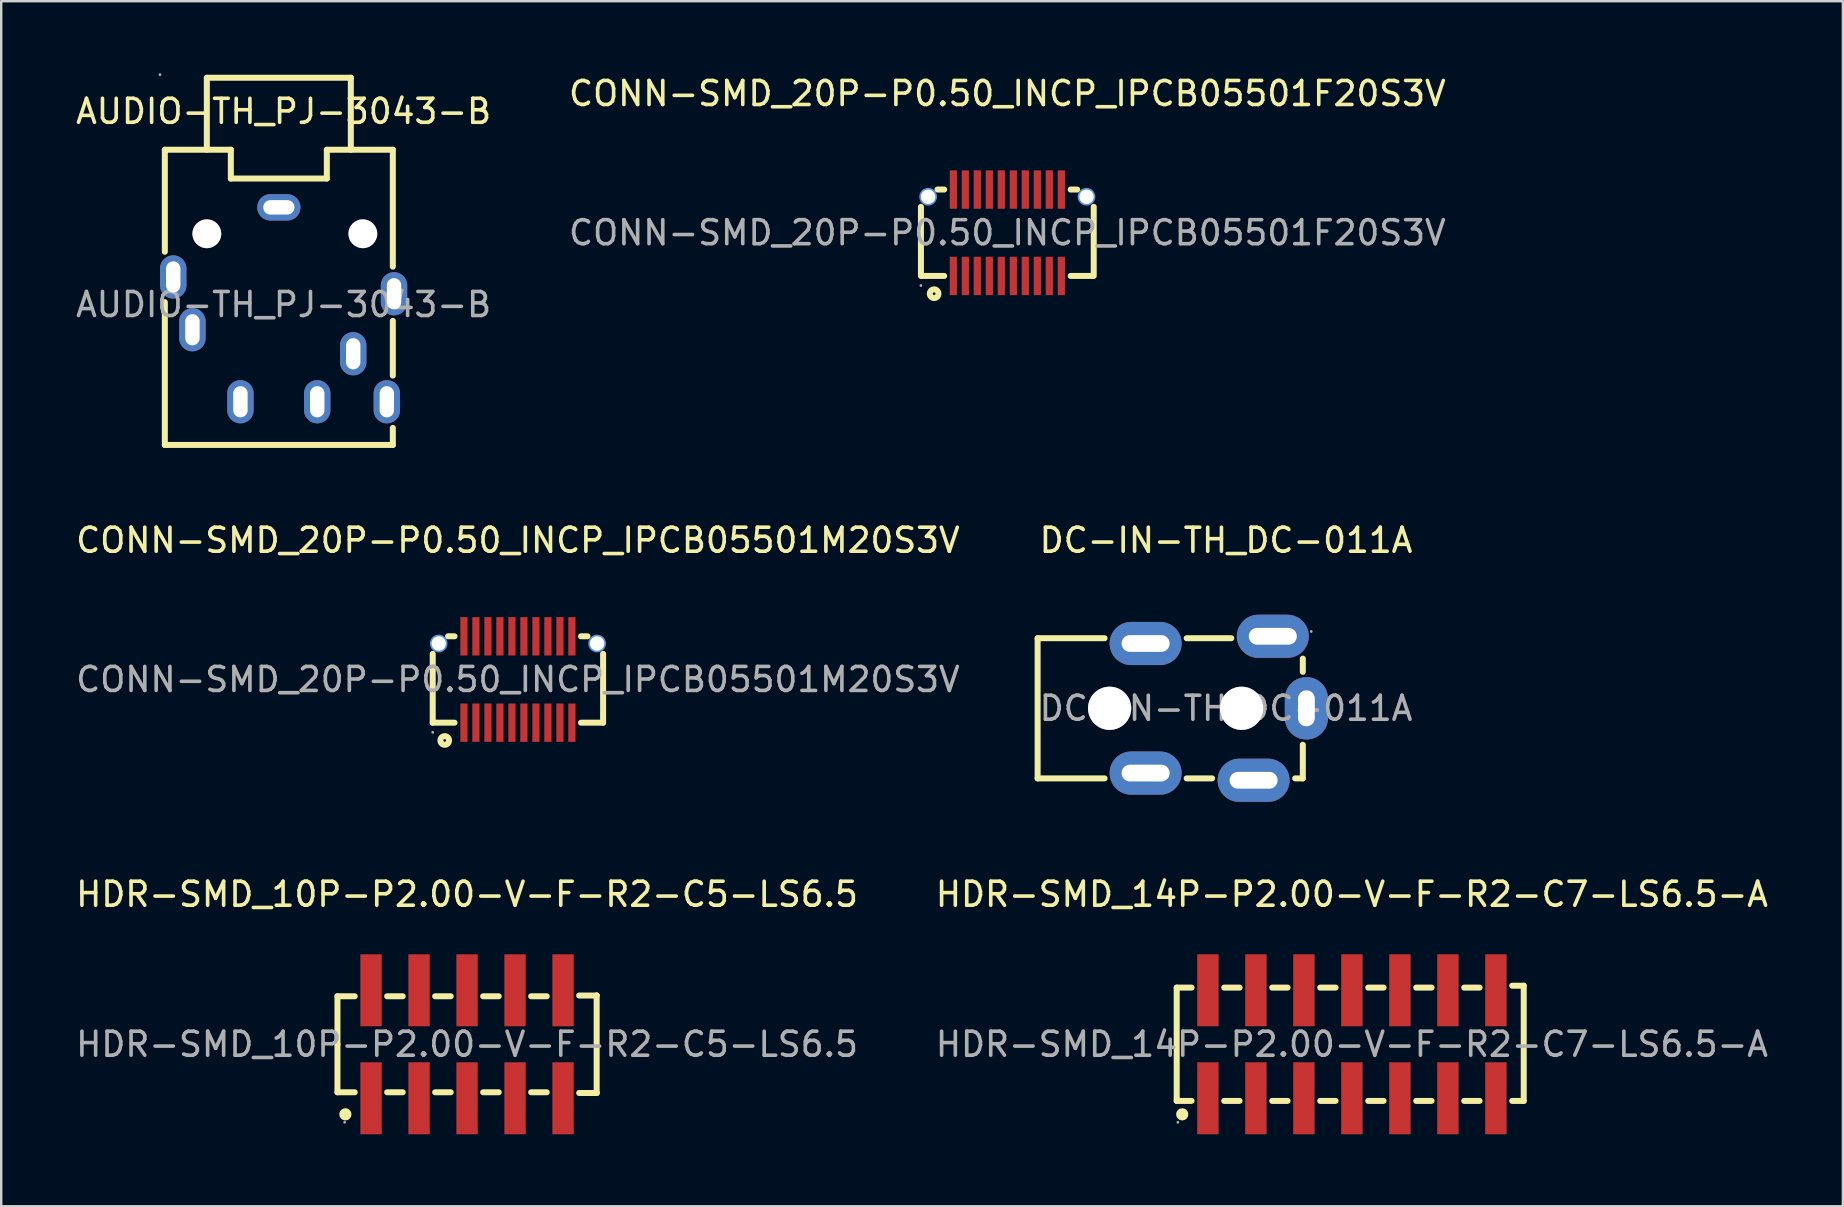
<source format=kicad_pcb>
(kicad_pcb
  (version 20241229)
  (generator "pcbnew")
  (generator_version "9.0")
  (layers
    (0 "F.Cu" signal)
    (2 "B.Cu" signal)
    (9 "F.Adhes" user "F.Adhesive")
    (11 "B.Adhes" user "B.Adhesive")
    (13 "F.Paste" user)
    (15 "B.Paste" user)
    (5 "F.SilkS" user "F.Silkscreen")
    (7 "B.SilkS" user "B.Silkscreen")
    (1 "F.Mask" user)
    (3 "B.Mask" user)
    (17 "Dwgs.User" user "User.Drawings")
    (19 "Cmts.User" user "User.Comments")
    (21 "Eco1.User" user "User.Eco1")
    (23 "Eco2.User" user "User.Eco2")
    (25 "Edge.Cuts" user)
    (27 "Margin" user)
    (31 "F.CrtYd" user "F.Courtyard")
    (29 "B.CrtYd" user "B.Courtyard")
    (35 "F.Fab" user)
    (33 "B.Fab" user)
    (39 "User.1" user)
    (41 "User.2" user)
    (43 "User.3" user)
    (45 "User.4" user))
  (footprint "CONN-SMD_20P-P0.50_INCP_IPCB05501M20S3V"
    (layer "F.Cu")
    (at 18.53 25.263)
    (property "Reference" "CONN-SMD_20P-P0.50_INCP_IPCB05501M20S3V" (at 0 -5.8 0) (layer "F.SilkS") (effects (font (size 1 1) (thickness 0.15))))
    (attr smd)
    (fp_line (start -3.55 -1.07) (end -3.55 1.8) (stroke (width 0.25) (type solid)) (layer "F.SilkS"))
    (fp_line (start -3.55 1.8) (end -2.64 1.8) (stroke (width 0.25) (type solid)) (layer "F.SilkS"))
    (fp_line (start -2.64 -1.8) (end -2.91 -1.8) (stroke (width 0.25) (type solid)) (layer "F.SilkS"))
    (fp_line (start 2.63 1.8) (end 3.55 1.8) (stroke (width 0.25) (type solid)) (layer "F.SilkS"))
    (fp_line (start 2.9 -1.8) (end 2.63 -1.8) (stroke (width 0.25) (type solid)) (layer "F.SilkS"))
    (fp_line (start 3.55 1.8) (end 3.55 -1.07) (stroke (width 0.25) (type solid)) (layer "F.SilkS"))
    (fp_circle (center -3.05 2.54) (end -2.87 2.54) (stroke (width 0.25) (type solid)) (fill no) (layer "F.SilkS"))
    (fp_circle (center -3.3 -1.5) (end -3.18 -1.5) (stroke (width 0.25) (type solid)) (fill no) (layer "Cmts.User"))
    (fp_circle (center 3.3 -1.5) (end 3.42 -1.5) (stroke (width 0.25) (type solid)) (fill no) (layer "Cmts.User"))
    (fp_circle (center -3.55 2.2) (end -3.52 2.2) (stroke (width 0.06) (type solid)) (fill no) (layer "F.Fab"))
    (fp_text user "${REFERENCE}" (at 0 0 0) (layer "F.Fab") (effects (font (size 1 1) (thickness 0.15))))
    (pad "" thru_hole circle (at -3.3 -1.5) (size 0.6 0.6) (drill 0.6) (layers "*.Cu" "*.Mask"))
    (pad "" thru_hole circle (at 3.3 -1.5) (size 0.6 0.6) (drill 0.6) (layers "*.Cu" "*.Mask"))
    (pad "1" smd rect (at -2.25 1.8) (size 0.3 1.6) (layers "F.Cu" "F.Mask" "F.Paste"))
    (pad "2" smd rect (at -2.25 -1.8) (size 0.3 1.6) (layers "F.Cu" "F.Mask" "F.Paste"))
    (pad "3" smd rect (at -1.75 1.8) (size 0.3 1.6) (layers "F.Cu" "F.Mask" "F.Paste"))
    (pad "4" smd rect (at -1.75 -1.8) (size 0.3 1.6) (layers "F.Cu" "F.Mask" "F.Paste"))
    (pad "5" smd rect (at -1.25 1.8) (size 0.3 1.6) (layers "F.Cu" "F.Mask" "F.Paste"))
    (pad "6" smd rect (at -1.25 -1.8) (size 0.3 1.6) (layers "F.Cu" "F.Mask" "F.Paste"))
    (pad "7" smd rect (at -0.75 1.8) (size 0.3 1.6) (layers "F.Cu" "F.Mask" "F.Paste"))
    (pad "8" smd rect (at -0.75 -1.8) (size 0.3 1.6) (layers "F.Cu" "F.Mask" "F.Paste"))
    (pad "9" smd rect (at -0.25 1.8) (size 0.3 1.6) (layers "F.Cu" "F.Mask" "F.Paste"))
    (pad "10" smd rect (at -0.25 -1.8) (size 0.3 1.6) (layers "F.Cu" "F.Mask" "F.Paste"))
    (pad "11" smd rect (at 0.25 1.8) (size 0.3 1.6) (layers "F.Cu" "F.Mask" "F.Paste"))
    (pad "12" smd rect (at 0.25 -1.8) (size 0.3 1.6) (layers "F.Cu" "F.Mask" "F.Paste"))
    (pad "13" smd rect (at 0.75 1.8) (size 0.3 1.6) (layers "F.Cu" "F.Mask" "F.Paste"))
    (pad "14" smd rect (at 0.75 -1.8) (size 0.3 1.6) (layers "F.Cu" "F.Mask" "F.Paste"))
    (pad "15" smd rect (at 1.25 1.8) (size 0.3 1.6) (layers "F.Cu" "F.Mask" "F.Paste"))
    (pad "16" smd rect (at 1.25 -1.8) (size 0.3 1.6) (layers "F.Cu" "F.Mask" "F.Paste"))
    (pad "17" smd rect (at 1.75 1.8) (size 0.3 1.6) (layers "F.Cu" "F.Mask" "F.Paste"))
    (pad "18" smd rect (at 1.75 -1.8) (size 0.3 1.6) (layers "F.Cu" "F.Mask" "F.Paste"))
    (pad "19" smd rect (at 2.25 1.8) (size 0.3 1.6) (layers "F.Cu" "F.Mask" "F.Paste"))
    (pad "20" smd rect (at 2.25 -1.8) (size 0.3 1.6) (layers "F.Cu" "F.Mask" "F.Paste")))
  (footprint "AUDIO-TH_PJ-3043-B"
    (layer "F.Cu")
    (at 8.768 9.64)
    (property "Reference" "AUDIO-TH_PJ-3043-B" (at 0 -8.05 0) (layer "F.SilkS") (effects (font (size 1 1) (thickness 0.15))))
    (attr through_hole)
    (fp_line (start -4.95 -6.45) (end -2.2 -6.45) (stroke (width 0.25) (type solid)) (layer "F.SilkS"))
    (fp_line (start -4.95 -2.2) (end -4.95 -6.45) (stroke (width 0.25) (type solid)) (layer "F.SilkS"))
    (fp_line (start -4.95 5.85) (end -4.95 -0.1) (stroke (width 0.25) (type solid)) (layer "F.SilkS"))
    (fp_line (start -4.95 5.85) (end 4.55 5.85) (stroke (width 0.25) (type solid)) (layer "F.SilkS"))
    (fp_line (start -3.2 -9.45) (end 2.8 -9.45) (stroke (width 0.25) (type solid)) (layer "F.SilkS"))
    (fp_line (start -3.2 -6.45) (end -3.2 -9.45) (stroke (width 0.25) (type solid)) (layer "F.SilkS"))
    (fp_line (start -2.2 -6.45) (end -2.2 -5.25) (stroke (width 0.25) (type solid)) (layer "F.SilkS"))
    (fp_line (start -2.2 -5.25) (end 1.8 -5.25) (stroke (width 0.25) (type solid)) (layer "F.SilkS"))
    (fp_line (start 1.8 -6.45) (end 1.8 -5.25) (stroke (width 0.25) (type solid)) (layer "F.SilkS"))
    (fp_line (start 2.8 -6.45) (end 2.8 -9.45) (stroke (width 0.25) (type solid)) (layer "F.SilkS"))
    (fp_line (start 4.55 -6.45) (end 1.8 -6.45) (stroke (width 0.25) (type solid)) (layer "F.SilkS"))
    (fp_line (start 4.55 -1.58) (end 4.55 -6.45) (stroke (width 0.25) (type solid)) (layer "F.SilkS"))
    (fp_line (start 4.55 2.96) (end 4.55 0.68) (stroke (width 0.25) (type solid)) (layer "F.SilkS"))
    (fp_line (start 4.55 5.85) (end 4.55 5.14) (stroke (width 0.25) (type solid)) (layer "F.SilkS"))
    (fp_circle (center -5.15 -9.58) (end -5.12 -9.58) (stroke (width 0.06) (type solid)) (fill no) (layer "F.Fab"))
    (fp_circle (center -3.2 -2.95) (end -2.95 -2.95) (stroke (width 0.5) (type solid)) (fill no) (layer "F.Fab"))
    (fp_circle (center 3.3 -2.95) (end 3.55 -2.95) (stroke (width 0.5) (type solid)) (fill no) (layer "F.Fab"))
    (fp_text user "${REFERENCE}" (at 0 0 0) (layer "F.Fab") (effects (font (size 1 1) (thickness 0.15))))
    (pad "" thru_hole circle (at -3.2 -2.95) (size 1.2 1.2) (drill 1.2) (layers "*.Cu" "*.Mask"))
    (pad "" thru_hole circle (at 3.3 -2.95) (size 1.2 1.2) (drill 1.2) (layers "*.Cu" "*.Mask"))
    (pad "1" thru_hole oval (at -0.2 -4.05 90) (size 1.1 1.8) (drill oval 0.6 1.3) (layers "*.Cu" "*.Mask"))
    (pad "2" thru_hole oval (at 1.4 4.05) (size 1.1 1.8) (drill oval 0.6 1.3) (layers "*.Cu" "*.Mask"))
    (pad "3" thru_hole oval (at -3.8 1.05 180) (size 1.1 1.8) (drill oval 0.6 1.3) (layers "*.Cu" "*.Mask"))
    (pad "4" thru_hole oval (at -1.8 4.05 180) (size 1.1 1.8) (drill oval 0.6 1.3) (layers "*.Cu" "*.Mask"))
    (pad "5" thru_hole oval (at 2.9 2.05 180) (size 1.1 1.8) (drill oval 0.6 1.3) (layers "*.Cu" "*.Mask"))
    (pad "6" thru_hole oval (at 4.3 4.05 180) (size 1.1 1.8) (drill oval 0.6 1.3) (layers "*.Cu" "*.Mask"))
    (pad "8" thru_hole oval (at -4.6 -1.15) (size 1.1 1.8) (drill oval 0.6 1.3) (layers "*.Cu" "*.Mask"))
    (pad "8" thru_hole oval (at 4.6 -0.45) (size 1.1 1.8) (drill oval 0.6 1.3) (layers "*.Cu" "*.Mask")))
  (footprint "HDR-SMD_10P-P2.00-V-F-R2-C5-LS6.5"
    (layer "F.Cu")
    (at 16.411 40.462)
    (property "Reference" "HDR-SMD_10P-P2.00-V-F-R2-C5-LS6.5" (at 0 -6.25 0) (layer "F.SilkS") (effects (font (size 1 1) (thickness 0.15))))
    (attr smd)
    (fp_line (start -5.4 -2) (end -4.68 -2) (stroke (width 0.25) (type solid)) (layer "F.SilkS"))
    (fp_line (start -5.4 0) (end -5.4 -2) (stroke (width 0.25) (type solid)) (layer "F.SilkS"))
    (fp_line (start -5.4 0) (end -5.4 2) (stroke (width 0.25) (type solid)) (layer "F.SilkS"))
    (fp_line (start -5.4 2) (end -4.68 2) (stroke (width 0.25) (type solid)) (layer "F.SilkS"))
    (fp_line (start -3.33 -2) (end -2.68 -2) (stroke (width 0.25) (type solid)) (layer "F.SilkS"))
    (fp_line (start -3.33 2) (end -2.68 2) (stroke (width 0.25) (type solid)) (layer "F.SilkS"))
    (fp_line (start -1.33 -2) (end -0.68 -2) (stroke (width 0.25) (type solid)) (layer "F.SilkS"))
    (fp_line (start -1.33 2) (end -0.68 2) (stroke (width 0.25) (type solid)) (layer "F.SilkS"))
    (fp_line (start 0.67 -2) (end 1.32 -2) (stroke (width 0.25) (type solid)) (layer "F.SilkS"))
    (fp_line (start 0.67 2) (end 1.32 2) (stroke (width 0.25) (type solid)) (layer "F.SilkS"))
    (fp_line (start 2.67 -2) (end 3.32 -2) (stroke (width 0.25) (type solid)) (layer "F.SilkS"))
    (fp_line (start 2.67 2) (end 3.32 2) (stroke (width 0.25) (type solid)) (layer "F.SilkS"))
    (fp_line (start 5.4 -2.03) (end 4.67 -2.03) (stroke (width 0.25) (type solid)) (layer "F.SilkS"))
    (fp_line (start 5.4 -2.03) (end 5.4 -2.03) (stroke (width 0.25) (type solid)) (layer "F.SilkS"))
    (fp_line (start 5.4 -2.03) (end 5.4 2.03) (stroke (width 0.25) (type solid)) (layer "F.SilkS"))
    (fp_line (start 5.4 2.03) (end 4.67 2.03) (stroke (width 0.25) (type solid)) (layer "F.SilkS"))
    (fp_line (start 5.4 2.03) (end 5.4 2.03) (stroke (width 0.25) (type solid)) (layer "F.SilkS"))
    (fp_circle (center -5.07 2.92) (end -4.94 2.92) (stroke (width 0.25) (type solid)) (fill no) (layer "F.SilkS"))
    (fp_circle (center -5.1 3.25) (end -5.07 3.25) (stroke (width 0.06) (type solid)) (fill no) (layer "F.Fab"))
    (fp_text user "${REFERENCE}" (at 0 0 0) (layer "F.Fab") (effects (font (size 1 1) (thickness 0.15))))
    (pad "1" smd rect (at -4 2.25) (size 0.89 3) (layers "F.Cu" "F.Mask" "F.Paste"))
    (pad "2" smd rect (at -4 -2.25) (size 0.89 3) (layers "F.Cu" "F.Mask" "F.Paste"))
    (pad "3" smd rect (at -2 2.25) (size 0.89 3) (layers "F.Cu" "F.Mask" "F.Paste"))
    (pad "4" smd rect (at -2 -2.25) (size 0.89 3) (layers "F.Cu" "F.Mask" "F.Paste"))
    (pad "5" smd rect (at 0 2.25) (size 0.89 3) (layers "F.Cu" "F.Mask" "F.Paste"))
    (pad "6" smd rect (at 0 -2.25) (size 0.89 3) (layers "F.Cu" "F.Mask" "F.Paste"))
    (pad "7" smd rect (at 2 2.25) (size 0.89 3) (layers "F.Cu" "F.Mask" "F.Paste"))
    (pad "8" smd rect (at 2 -2.25) (size 0.89 3) (layers "F.Cu" "F.Mask" "F.Paste"))
    (pad "9" smd rect (at 4 2.25) (size 0.89 3) (layers "F.Cu" "F.Mask" "F.Paste"))
    (pad "10" smd rect (at 4 -2.25) (size 0.89 3) (layers "F.Cu" "F.Mask" "F.Paste")))
  (footprint "HDR-SMD_14P-P2.00-V-F-R2-C7-LS6.5-A"
    (layer "F.Cu")
    (at 53.28 40.462)
    (property "Reference" "HDR-SMD_14P-P2.00-V-F-R2-C7-LS6.5-A" (at 0 -6.25 0) (layer "F.SilkS") (effects (font (size 1 1) (thickness 0.15))))
    (attr smd)
    (fp_line (start -7.3 -2.36) (end -6.68 -2.36) (stroke (width 0.25) (type solid)) (layer "F.SilkS"))
    (fp_line (start -7.3 2.36) (end -7.3 -2.36) (stroke (width 0.25) (type solid)) (layer "F.SilkS"))
    (fp_line (start -6.68 2.36) (end -7.3 2.36) (stroke (width 0.25) (type solid)) (layer "F.SilkS"))
    (fp_line (start -5.32 -2.36) (end -4.68 -2.36) (stroke (width 0.25) (type solid)) (layer "F.SilkS"))
    (fp_line (start -4.68 2.36) (end -5.32 2.36) (stroke (width 0.25) (type solid)) (layer "F.SilkS"))
    (fp_line (start -3.32 -2.36) (end -2.68 -2.36) (stroke (width 0.25) (type solid)) (layer "F.SilkS"))
    (fp_line (start -2.68 2.36) (end -3.32 2.36) (stroke (width 0.25) (type solid)) (layer "F.SilkS"))
    (fp_line (start -1.32 -2.36) (end -0.68 -2.36) (stroke (width 0.25) (type solid)) (layer "F.SilkS"))
    (fp_line (start -0.68 2.36) (end -1.32 2.36) (stroke (width 0.25) (type solid)) (layer "F.SilkS"))
    (fp_line (start 0.68 -2.36) (end 1.32 -2.36) (stroke (width 0.25) (type solid)) (layer "F.SilkS"))
    (fp_line (start 1.32 2.36) (end 0.68 2.36) (stroke (width 0.25) (type solid)) (layer "F.SilkS"))
    (fp_line (start 2.68 -2.36) (end 3.32 -2.36) (stroke (width 0.25) (type solid)) (layer "F.SilkS"))
    (fp_line (start 3.32 2.36) (end 2.68 2.36) (stroke (width 0.25) (type solid)) (layer "F.SilkS"))
    (fp_line (start 4.68 -2.36) (end 5.32 -2.36) (stroke (width 0.25) (type solid)) (layer "F.SilkS"))
    (fp_line (start 5.32 2.36) (end 4.68 2.36) (stroke (width 0.25) (type solid)) (layer "F.SilkS"))
    (fp_line (start 6.68 -2.44) (end 7.16 -2.44) (stroke (width 0.25) (type solid)) (layer "F.SilkS"))
    (fp_line (start 7.16 -2.44) (end 7.16 2.36) (stroke (width 0.25) (type solid)) (layer "F.SilkS"))
    (fp_line (start 7.16 2.36) (end 6.68 2.36) (stroke (width 0.25) (type solid)) (layer "F.SilkS"))
    (fp_circle (center -7.07 2.92) (end -6.94 2.92) (stroke (width 0.25) (type solid)) (fill no) (layer "F.SilkS"))
    (fp_circle (center -7.25 3.25) (end -7.22 3.25) (stroke (width 0.06) (type solid)) (fill no) (layer "F.Fab"))
    (fp_text user "${REFERENCE}" (at 0 0 0) (layer "F.Fab") (effects (font (size 1 1) (thickness 0.15))))
    (pad "1" smd rect (at -6 2.25) (size 0.89 3) (layers "F.Cu" "F.Mask" "F.Paste"))
    (pad "2" smd rect (at -6 -2.25) (size 0.89 3) (layers "F.Cu" "F.Mask" "F.Paste"))
    (pad "3" smd rect (at -4 2.25) (size 0.89 3) (layers "F.Cu" "F.Mask" "F.Paste"))
    (pad "4" smd rect (at -4 -2.25) (size 0.89 3) (layers "F.Cu" "F.Mask" "F.Paste"))
    (pad "5" smd rect (at -2 2.25) (size 0.89 3) (layers "F.Cu" "F.Mask" "F.Paste"))
    (pad "6" smd rect (at -2 -2.25) (size 0.89 3) (layers "F.Cu" "F.Mask" "F.Paste"))
    (pad "7" smd rect (at 0 2.25) (size 0.89 3) (layers "F.Cu" "F.Mask" "F.Paste"))
    (pad "8" smd rect (at 0 -2.25) (size 0.89 3) (layers "F.Cu" "F.Mask" "F.Paste"))
    (pad "9" smd rect (at 2 2.25) (size 0.89 3) (layers "F.Cu" "F.Mask" "F.Paste"))
    (pad "10" smd rect (at 2 -2.25) (size 0.89 3) (layers "F.Cu" "F.Mask" "F.Paste"))
    (pad "11" smd rect (at 4 2.25) (size 0.89 3) (layers "F.Cu" "F.Mask" "F.Paste"))
    (pad "12" smd rect (at 4 -2.25) (size 0.89 3) (layers "F.Cu" "F.Mask" "F.Paste"))
    (pad "13" smd rect (at 6 2.25) (size 0.89 3) (layers "F.Cu" "F.Mask" "F.Paste"))
    (pad "14" smd rect (at 6 -2.25) (size 0.89 3) (layers "F.Cu" "F.Mask" "F.Paste")))
  (footprint "CONN-SMD_20P-P0.50_INCP_IPCB05501F20S3V"
    (layer "F.Cu")
    (at 38.923 6.648)
    (property "Reference" "CONN-SMD_20P-P0.50_INCP_IPCB05501F20S3V" (at 0 -5.8 0) (layer "F.SilkS") (effects (font (size 1 1) (thickness 0.15))))
    (attr smd)
    (fp_line (start -3.6 -1.08) (end -3.6 1.8) (stroke (width 0.25) (type solid)) (layer "F.SilkS"))
    (fp_line (start -3.55 1.8) (end -2.63 1.8) (stroke (width 0.25) (type solid)) (layer "F.SilkS"))
    (fp_line (start -2.63 -1.8) (end -2.91 -1.8) (stroke (width 0.25) (type solid)) (layer "F.SilkS"))
    (fp_line (start 2.64 1.8) (end 3.55 1.8) (stroke (width 0.25) (type solid)) (layer "F.SilkS"))
    (fp_line (start 2.91 -1.8) (end 2.64 -1.8) (stroke (width 0.25) (type solid)) (layer "F.SilkS"))
    (fp_line (start 3.6 1.8) (end 3.6 -1.08) (stroke (width 0.25) (type solid)) (layer "F.SilkS"))
    (fp_circle (center -3.05 2.54) (end -2.87 2.54) (stroke (width 0.25) (type solid)) (fill no) (layer "F.SilkS"))
    (fp_circle (center -3.3 -1.5) (end -3.18 -1.5) (stroke (width 0.25) (type solid)) (fill no) (layer "Cmts.User"))
    (fp_circle (center 3.3 -1.5) (end 3.42 -1.5) (stroke (width 0.25) (type solid)) (fill no) (layer "Cmts.User"))
    (fp_circle (center -3.6 2.2) (end -3.57 2.2) (stroke (width 0.06) (type solid)) (fill no) (layer "F.Fab"))
    (fp_text user "${REFERENCE}" (at 0 0 0) (layer "F.Fab") (effects (font (size 1 1) (thickness 0.15))))
    (pad "" thru_hole circle (at -3.3 -1.5) (size 0.6 0.6) (drill 0.6) (layers "*.Cu" "*.Mask"))
    (pad "" thru_hole circle (at 3.3 -1.5) (size 0.6 0.6) (drill 0.6) (layers "*.Cu" "*.Mask"))
    (pad "1" smd rect (at -2.25 1.8) (size 0.3 1.6) (layers "F.Cu" "F.Mask" "F.Paste"))
    (pad "2" smd rect (at -2.25 -1.8) (size 0.3 1.6) (layers "F.Cu" "F.Mask" "F.Paste"))
    (pad "3" smd rect (at -1.75 1.8) (size 0.3 1.6) (layers "F.Cu" "F.Mask" "F.Paste"))
    (pad "4" smd rect (at -1.75 -1.8) (size 0.3 1.6) (layers "F.Cu" "F.Mask" "F.Paste"))
    (pad "5" smd rect (at -1.25 1.8) (size 0.3 1.6) (layers "F.Cu" "F.Mask" "F.Paste"))
    (pad "6" smd rect (at -1.25 -1.8) (size 0.3 1.6) (layers "F.Cu" "F.Mask" "F.Paste"))
    (pad "7" smd rect (at -0.75 1.8) (size 0.3 1.6) (layers "F.Cu" "F.Mask" "F.Paste"))
    (pad "8" smd rect (at -0.75 -1.8) (size 0.3 1.6) (layers "F.Cu" "F.Mask" "F.Paste"))
    (pad "9" smd rect (at -0.25 1.8) (size 0.3 1.6) (layers "F.Cu" "F.Mask" "F.Paste"))
    (pad "10" smd rect (at -0.25 -1.8) (size 0.3 1.6) (layers "F.Cu" "F.Mask" "F.Paste"))
    (pad "11" smd rect (at 0.25 1.8) (size 0.3 1.6) (layers "F.Cu" "F.Mask" "F.Paste"))
    (pad "12" smd rect (at 0.25 -1.8) (size 0.3 1.6) (layers "F.Cu" "F.Mask" "F.Paste"))
    (pad "13" smd rect (at 0.75 1.8) (size 0.3 1.6) (layers "F.Cu" "F.Mask" "F.Paste"))
    (pad "14" smd rect (at 0.75 -1.8) (size 0.3 1.6) (layers "F.Cu" "F.Mask" "F.Paste"))
    (pad "15" smd rect (at 1.25 1.8) (size 0.3 1.6) (layers "F.Cu" "F.Mask" "F.Paste"))
    (pad "16" smd rect (at 1.25 -1.8) (size 0.3 1.6) (layers "F.Cu" "F.Mask" "F.Paste"))
    (pad "17" smd rect (at 1.75 1.8) (size 0.3 1.6) (layers "F.Cu" "F.Mask" "F.Paste"))
    (pad "18" smd rect (at 1.75 -1.8) (size 0.3 1.6) (layers "F.Cu" "F.Mask" "F.Paste"))
    (pad "19" smd rect (at 2.25 1.8) (size 0.3 1.6) (layers "F.Cu" "F.Mask" "F.Paste"))
    (pad "20" smd rect (at 2.25 -1.8) (size 0.3 1.6) (layers "F.Cu" "F.Mask" "F.Paste")))
  (footprint "DC-IN-TH_DC-011A"
    (layer "F.Cu")
    (at 48.035 26.463)
    (property "Reference" "DC-IN-TH_DC-011A" (at 0 -7 0) (layer "F.SilkS") (effects (font (size 1 1) (thickness 0.15))))
    (attr through_hole)
    (fp_line (start -7.85 -2.92) (end -7.85 2.92) (stroke (width 0.25) (type solid)) (layer "F.SilkS"))
    (fp_line (start -7.85 -2.92) (end -5.06 -2.92) (stroke (width 0.25) (type solid)) (layer "F.SilkS"))
    (fp_line (start -7.85 2.92) (end -5.06 2.92) (stroke (width 0.25) (type solid)) (layer "F.SilkS"))
    (fp_line (start -1.64 -2.92) (end 0.22 -2.92) (stroke (width 0.25) (type solid)) (layer "F.SilkS"))
    (fp_line (start -1.64 2.92) (end -0.58 2.92) (stroke (width 0.25) (type solid)) (layer "F.SilkS"))
    (fp_line (start 2.88 2.92) (end 3.2 2.92) (stroke (width 0.25) (type solid)) (layer "F.SilkS"))
    (fp_line (start 3.2 -1.52) (end 3.2 -2.07) (stroke (width 0.25) (type solid)) (layer "F.SilkS"))
    (fp_line (start 3.2 2.92) (end 3.2 1.52) (stroke (width 0.25) (type solid)) (layer "F.SilkS"))
    (fp_circle (center 3.55 -3.2) (end 3.58 -3.2) (stroke (width 0.06) (type solid)) (fill no) (layer "F.Fab"))
    (fp_text user "${REFERENCE}" (at 0 0 0) (layer "F.Fab") (effects (font (size 1 1) (thickness 0.15))))
    (pad "" thru_hole circle (at -4.85 0) (size 1.8 1.8) (drill 1.8) (layers "*.Cu" "*.Mask"))
    (pad "" thru_hole circle (at 0.65 0) (size 1.8 1.8) (drill 1.8) (layers "*.Cu" "*.Mask"))
    (pad "1" thru_hole oval (at 1.95 -3) (size 3 1.8) (drill oval 2 0.7) (layers "*.Cu" "*.Mask"))
    (pad "2" thru_hole oval (at 3.35 0 180) (size 1.8 2.6) (drill oval 0.7 1.5) (layers "*.Cu" "*.Mask"))
    (pad "3" thru_hole oval (at 1.15 3) (size 3 1.8) (drill oval 2 0.7) (layers "*.Cu" "*.Mask"))
    (pad "4" thru_hole oval (at -3.35 2.7) (size 3 1.8) (drill oval 2 0.7) (layers "*.Cu" "*.Mask"))
    (pad "5" thru_hole oval (at -3.35 -2.7) (size 3 1.8) (drill oval 2 0.7) (layers "*.Cu" "*.Mask")))
  (gr_rect
    (start -3 -3)
    (end 73.738 47.212)
    (stroke (width 0.1) (type default))
    (fill no)
    (layer "Edge.Cuts")))
</source>
